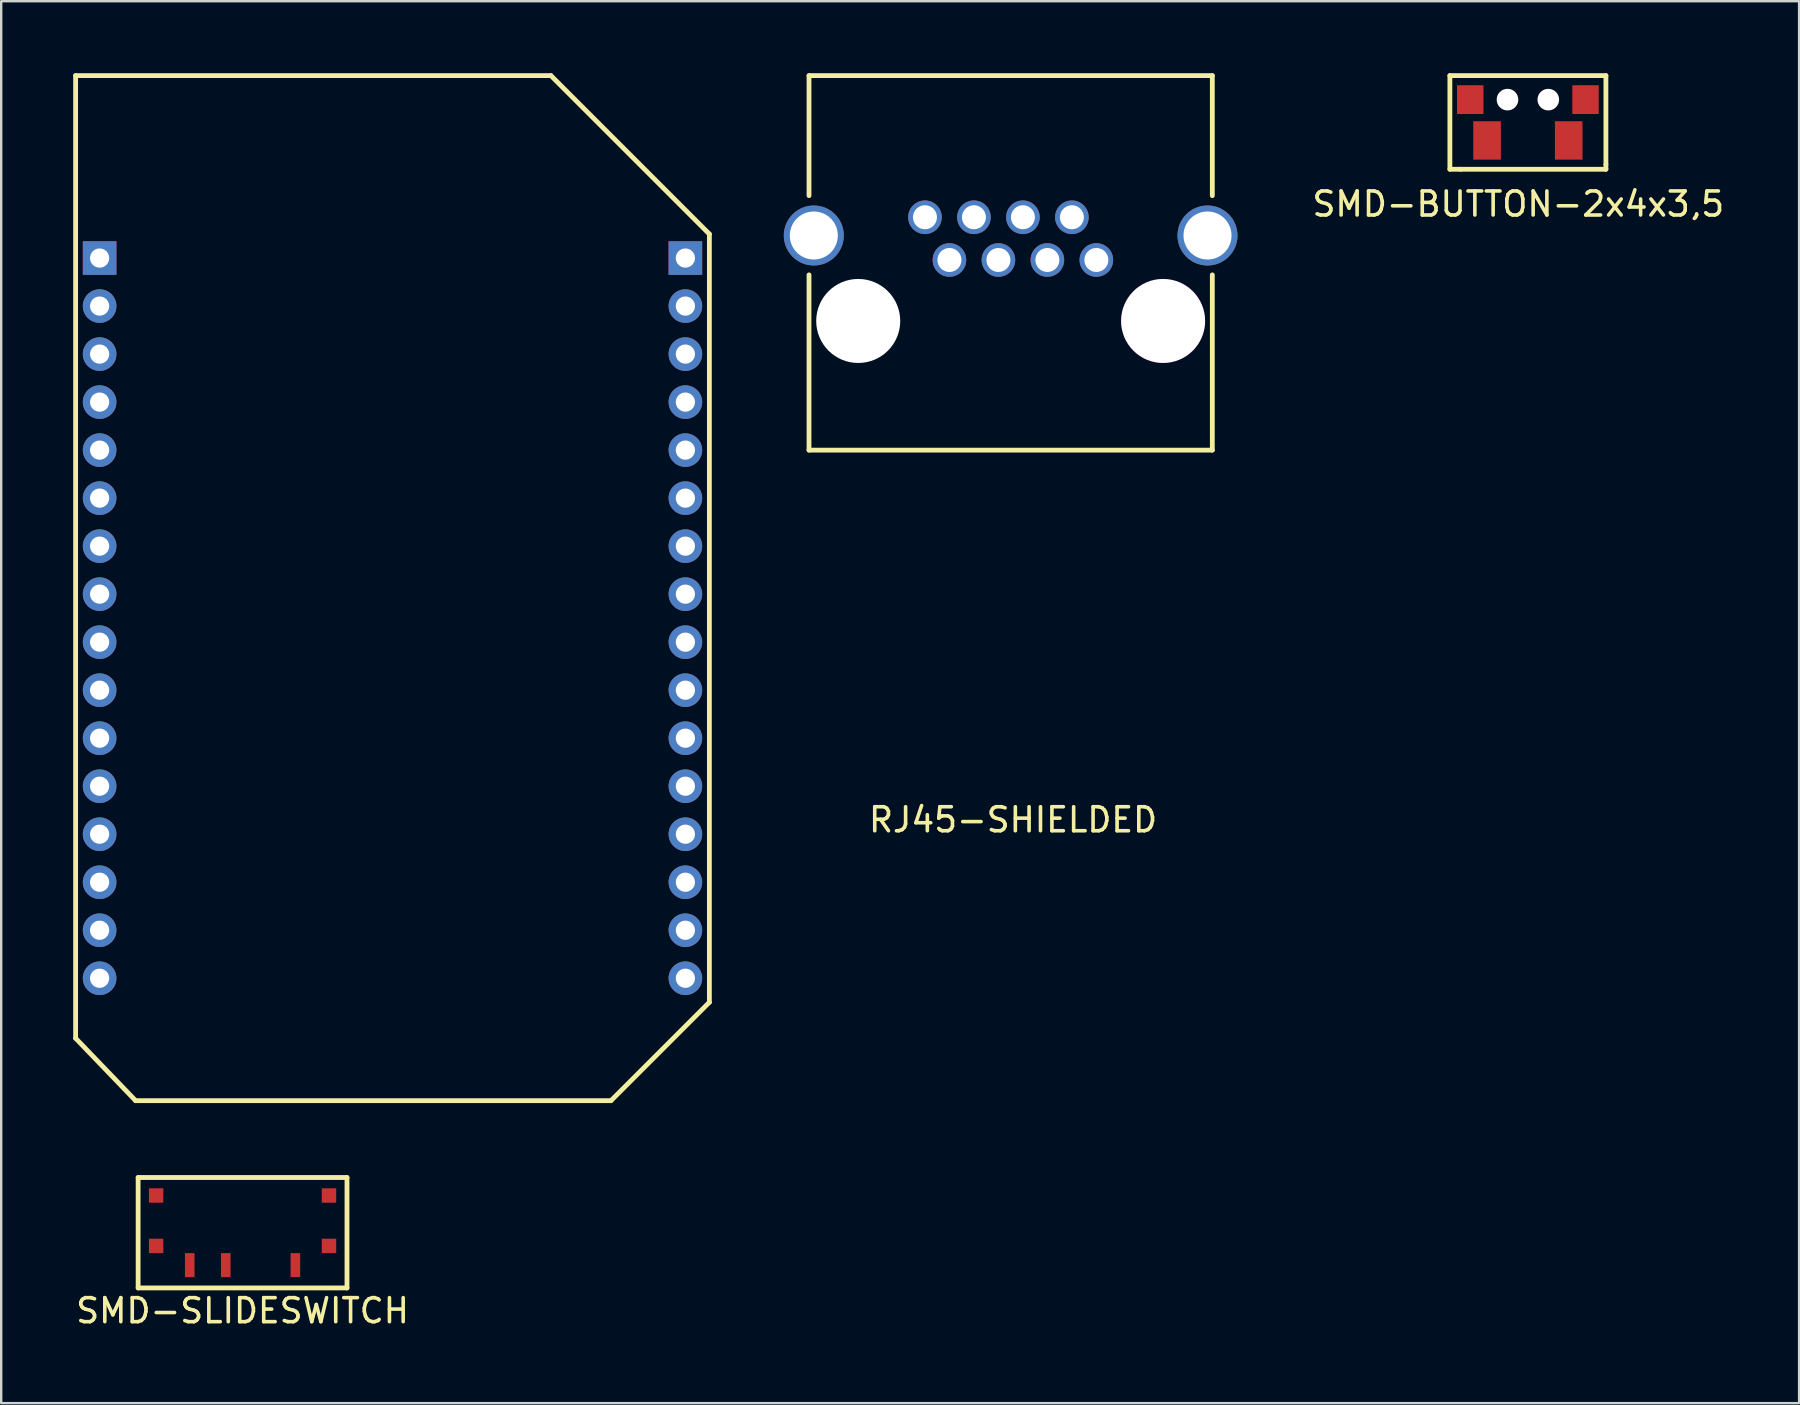
<source format=kicad_pcb>
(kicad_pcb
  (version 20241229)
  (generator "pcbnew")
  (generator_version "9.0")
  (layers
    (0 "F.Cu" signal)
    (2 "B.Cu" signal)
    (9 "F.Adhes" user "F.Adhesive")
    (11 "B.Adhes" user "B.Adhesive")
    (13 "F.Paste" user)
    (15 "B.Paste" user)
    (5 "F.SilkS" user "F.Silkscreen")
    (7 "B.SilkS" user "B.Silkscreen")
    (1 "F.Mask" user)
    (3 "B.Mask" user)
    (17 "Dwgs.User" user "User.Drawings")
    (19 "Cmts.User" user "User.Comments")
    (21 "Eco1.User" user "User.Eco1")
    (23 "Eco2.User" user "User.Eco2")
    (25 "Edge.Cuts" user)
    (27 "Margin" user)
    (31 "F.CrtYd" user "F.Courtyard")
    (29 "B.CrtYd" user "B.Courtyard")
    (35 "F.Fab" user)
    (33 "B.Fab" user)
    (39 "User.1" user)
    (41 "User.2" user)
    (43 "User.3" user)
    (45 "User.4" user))
  (footprint "SMD-SLIDESWITCH"
    (layer "F.Cu")
    (at 7.054 47.8)
    (property "Reference" "SMD-SLIDESWITCH" (at 0 3.75 0) (layer "F.SilkS") (effects (font (size 1 1) (thickness 0.15))))
    (attr through_hole)
    (fp_line (start -4.35 -1.8) (end 4.35 -1.8) (stroke (width 0.2) (type solid)) (layer "F.SilkS"))
    (fp_line (start -4.35 2.8) (end -4.35 -1.8) (stroke (width 0.2) (type solid)) (layer "F.SilkS"))
    (fp_line (start 4.35 -1.8) (end 4.35 2.8) (stroke (width 0.2) (type solid)) (layer "F.SilkS"))
    (fp_line (start 4.35 2.8) (end -4.35 2.8) (stroke (width 0.2) (type solid)) (layer "F.SilkS"))
    (pad "1" smd rect (at -2.2 1.85) (size 0.4 1) (layers "F.Cu" "F.Mask" "F.Paste"))
    (pad "2" smd rect (at -0.7 1.85) (size 0.4 1) (layers "F.Cu" "F.Mask" "F.Paste"))
    (pad "3" smd rect (at 2.2 1.85) (size 0.4 1) (layers "F.Cu" "F.Mask" "F.Paste"))
    (pad "4" smd rect (at -3.6 -1.05) (size 0.6 0.6) (layers "F.Cu" "F.Mask" "F.Paste"))
    (pad "4" smd rect (at -3.6 1.05) (size 0.6 0.6) (layers "F.Cu" "F.Mask" "F.Paste"))
    (pad "4" smd rect (at 3.6 -1.05) (size 0.6 0.6) (layers "F.Cu" "F.Mask" "F.Paste"))
    (pad "4" smd rect (at 3.6 1.05) (size 0.6 0.6) (layers "F.Cu" "F.Mask" "F.Paste")))
  (footprint "SMD-BUTTON-2x4x3,5"
    (layer "F.Cu")
    (at 60.596 1.1)
    (property "Reference" "SMD-BUTTON-2x4x3,5" (at -0.4 4.35 0) (layer "F.SilkS") (effects (font (size 1 1) (thickness 0.15))))
    (attr through_hole)
    (fp_line (start -3.25 -1) (end 3.25 -1) (stroke (width 0.2) (type solid)) (layer "F.SilkS"))
    (fp_line (start -3.25 2.9) (end -3.25 -1) (stroke (width 0.2) (type solid)) (layer "F.SilkS"))
    (fp_line (start -2.8 2.9) (end -3.25 2.9) (stroke (width 0.2) (type solid)) (layer "F.SilkS"))
    (fp_line (start 3.25 -1) (end 3.25 2.7) (stroke (width 0.2) (type solid)) (layer "F.SilkS"))
    (fp_line (start 3.25 2.7) (end 3.25 2.9) (stroke (width 0.2) (type solid)) (layer "F.SilkS"))
    (fp_line (start 3.25 2.9) (end -2.8 2.9) (stroke (width 0.2) (type solid)) (layer "F.SilkS"))
    (pad "" np_thru_hole circle (at -0.85 0) (size 0.9 0.9) (drill 0.9) (layers "*.Cu" "*.Mask"))
    (pad "" np_thru_hole circle (at 0.85 0) (size 0.9 0.9) (drill 0.9) (layers "*.Cu" "*.Mask"))
    (pad "1" smd rect (at -1.7 1.7) (size 1.15 1.6) (layers "F.Cu" "F.Mask" "F.Paste"))
    (pad "2" smd rect (at 1.7 1.7) (size 1.15 1.6) (layers "F.Cu" "F.Mask" "F.Paste"))
    (pad "3" smd rect (at 2.4 0) (size 1.1 1.2) (layers "F.Cu" "F.Mask" "F.Paste"))
    (pad "4" smd rect (at -2.4 0) (size 1.1 1.2) (layers "F.Cu" "F.Mask" "F.Paste")))
  (footprint "Omega2-Outline"
    (layer "F.Cu")
    (at 11.9 21.9)
    (property "Reference" "Omega2-Outline" (at 0 0 0) (layer "Eco2.User") (effects (font (size 1 1) (thickness 0.15))))
    (attr through_hole)
    (fp_line (start -11.8 -21.8) (end -11.8 18.3) (stroke (width 0.2) (type solid)) (layer "F.SilkS"))
    (fp_line (start -11.8 -21.8) (end 8 -21.8) (stroke (width 0.2) (type solid)) (layer "F.SilkS"))
    (fp_line (start -11.8 18.3) (end -9.3 20.9) (stroke (width 0.2) (type solid)) (layer "F.SilkS"))
    (fp_line (start -9.3 20.9) (end 10.5 20.9) (stroke (width 0.2) (type solid)) (layer "F.SilkS"))
    (fp_line (start 8 -21.8) (end 14.6 -15.2) (stroke (width 0.2) (type solid)) (layer "F.SilkS"))
    (fp_line (start 14.6 -15.2) (end 14.6 16.8) (stroke (width 0.2) (type solid)) (layer "F.SilkS"))
    (fp_line (start 14.6 16.8) (end 10.5 20.9) (stroke (width 0.2) (type solid)) (layer "F.SilkS"))
    (pad "1" thru_hole rect (at -10.8 -14.2) (size 1.4 1.4) (drill 0.8) (layers "*.Cu" "*.Mask"))
    (pad "2" thru_hole circle (at -10.8 -12.2) (size 1.4 1.4) (drill 0.8) (layers "*.Cu" "*.Mask"))
    (pad "3" thru_hole circle (at -10.8 -10.2) (size 1.4 1.4) (drill 0.8) (layers "*.Cu" "*.Mask"))
    (pad "4" thru_hole circle (at -10.8 -8.2) (size 1.4 1.4) (drill 0.8) (layers "*.Cu" "*.Mask"))
    (pad "5" thru_hole circle (at -10.8 -6.2) (size 1.4 1.4) (drill 0.8) (layers "*.Cu" "*.Mask"))
    (pad "6" thru_hole circle (at -10.8 -4.2) (size 1.4 1.4) (drill 0.8) (layers "*.Cu" "*.Mask"))
    (pad "7" thru_hole circle (at -10.8 -2.2) (size 1.4 1.4) (drill 0.8) (layers "*.Cu" "*.Mask"))
    (pad "8" thru_hole circle (at -10.8 -0.2) (size 1.4 1.4) (drill 0.8) (layers "*.Cu" "*.Mask"))
    (pad "9" thru_hole circle (at -10.8 1.8) (size 1.4 1.4) (drill 0.8) (layers "*.Cu" "*.Mask"))
    (pad "10" thru_hole circle (at -10.8 3.8) (size 1.4 1.4) (drill 0.8) (layers "*.Cu" "*.Mask"))
    (pad "11" thru_hole circle (at -10.8 5.8) (size 1.4 1.4) (drill 0.8) (layers "*.Cu" "*.Mask"))
    (pad "12" thru_hole circle (at -10.8 7.8) (size 1.4 1.4) (drill 0.8) (layers "*.Cu" "*.Mask"))
    (pad "13" thru_hole circle (at -10.8 9.8) (size 1.4 1.4) (drill 0.8) (layers "*.Cu" "*.Mask"))
    (pad "14" thru_hole circle (at -10.8 11.8) (size 1.4 1.4) (drill 0.8) (layers "*.Cu" "*.Mask"))
    (pad "15" thru_hole circle (at -10.8 13.8) (size 1.4 1.4) (drill 0.8) (layers "*.Cu" "*.Mask"))
    (pad "16" thru_hole circle (at -10.8 15.8) (size 1.4 1.4) (drill 0.8) (layers "*.Cu" "*.Mask"))
    (pad "17" thru_hole circle (at 13.6 15.8) (size 1.4 1.4) (drill 0.8) (layers "*.Cu" "*.Mask"))
    (pad "18" thru_hole circle (at 13.6 13.8) (size 1.4 1.4) (drill 0.8) (layers "*.Cu" "*.Mask"))
    (pad "19" thru_hole circle (at 13.6 11.8) (size 1.4 1.4) (drill 0.8) (layers "*.Cu" "*.Mask"))
    (pad "20" thru_hole circle (at 13.6 9.8) (size 1.4 1.4) (drill 0.8) (layers "*.Cu" "*.Mask"))
    (pad "21" thru_hole circle (at 13.6 7.8) (size 1.4 1.4) (drill 0.8) (layers "*.Cu" "*.Mask"))
    (pad "22" thru_hole circle (at 13.6 5.8) (size 1.4 1.4) (drill 0.8) (layers "*.Cu" "*.Mask"))
    (pad "23" thru_hole circle (at 13.6 3.8) (size 1.4 1.4) (drill 0.8) (layers "*.Cu" "*.Mask"))
    (pad "24" thru_hole circle (at 13.6 1.8) (size 1.4 1.4) (drill 0.8) (layers "*.Cu" "*.Mask"))
    (pad "25" thru_hole circle (at 13.6 -0.2) (size 1.4 1.4) (drill 0.8) (layers "*.Cu" "*.Mask"))
    (pad "26" thru_hole circle (at 13.6 -2.2) (size 1.4 1.4) (drill 0.8) (layers "*.Cu" "*.Mask"))
    (pad "27" thru_hole circle (at 13.6 -4.2) (size 1.4 1.4) (drill 0.8) (layers "*.Cu" "*.Mask"))
    (pad "28" thru_hole circle (at 13.6 -6.2) (size 1.4 1.4) (drill 0.8) (layers "*.Cu" "*.Mask"))
    (pad "29" thru_hole circle (at 13.6 -8.2) (size 1.4 1.4) (drill 0.8) (layers "*.Cu" "*.Mask"))
    (pad "30" thru_hole circle (at 13.6 -10.2) (size 1.4 1.4) (drill 0.8) (layers "*.Cu" "*.Mask"))
    (pad "31" thru_hole circle (at 13.6 -12.2) (size 1.4 1.4) (drill 0.8) (layers "*.Cu" "*.Mask"))
    (pad "32" thru_hole rect (at 13.6 -14.2) (size 1.4 1.4) (drill 0.8) (layers "*.Cu" "*.Mask")))
  (footprint "RJ45-SHIELDED"
    (layer "F.Cu")
    (at 39.05 6)
    (property "Reference" "RJ45-SHIELDED" (at 0.1 25.1 0) (layer "F.SilkS") (effects (font (size 1 1) (thickness 0.15))))
    (attr through_hole)
    (fp_line (start -8.4 -5.9) (end 8.4 -5.9) (stroke (width 0.2) (type solid)) (layer "F.SilkS"))
    (fp_line (start -8.4 -0.9) (end -8.4 -5.9) (stroke (width 0.2) (type solid)) (layer "F.SilkS"))
    (fp_line (start -8.4 9.7) (end -8.4 2.4) (stroke (width 0.2) (type solid)) (layer "F.SilkS"))
    (fp_line (start -8.4 9.7) (end 8.4 9.7) (stroke (width 0.2) (type solid)) (layer "F.SilkS"))
    (fp_line (start 8.4 -5.9) (end 8.4 -0.9) (stroke (width 0.2) (type solid)) (layer "F.SilkS"))
    (fp_line (start 8.4 2.4) (end 8.4 9.7) (stroke (width 0.2) (type solid)) (layer "F.SilkS"))
    (pad "" np_thru_hole circle (at -6.35 4.32) (size 3.5 3.5) (drill 3.5) (layers "*.Cu" "*.Mask"))
    (pad "" np_thru_hole circle (at 6.35 4.32) (size 3.5 3.5) (drill 3.5) (layers "*.Cu" "*.Mask" "F.Adhes"))
    (pad "1" thru_hole circle (at 3.57 1.78) (size 1.4 1.4) (drill 1) (layers "*.Cu" "*.Mask"))
    (pad "2" thru_hole circle (at 2.55 0) (size 1.4 1.4) (drill 1) (layers "*.Cu" "*.Mask"))
    (pad "3" thru_hole circle (at 1.53 1.78) (size 1.4 1.4) (drill 1) (layers "*.Cu" "*.Mask"))
    (pad "4" thru_hole circle (at 0.51 0) (size 1.4 1.4) (drill 1) (layers "*.Cu" "*.Mask"))
    (pad "5" thru_hole circle (at -0.51 1.78) (size 1.4 1.4) (drill 1) (layers "*.Cu" "*.Mask"))
    (pad "6" thru_hole circle (at -1.53 0) (size 1.4 1.4) (drill 1) (layers "*.Cu" "*.Mask"))
    (pad "7" thru_hole circle (at -2.55 1.78) (size 1.4 1.4) (drill 1) (layers "*.Cu" "*.Mask"))
    (pad "8" thru_hole circle (at -3.57 0) (size 1.4 1.4) (drill 1) (layers "*.Cu" "*.Mask"))
    (pad "9" thru_hole circle (at -8.2 0.76) (size 2.5 2.5) (drill 2) (layers "*.Cu" "*.Mask"))
    (pad "9" thru_hole circle (at 8.2 0.76) (size 2.5 2.5) (drill 2) (layers "*.Cu" "*.Mask")))
  (gr_rect
    (start -3 -3)
    (end 71.893 55.398)
    (stroke (width 0.1) (type default))
    (fill no)
    (layer "Edge.Cuts")))
</source>
